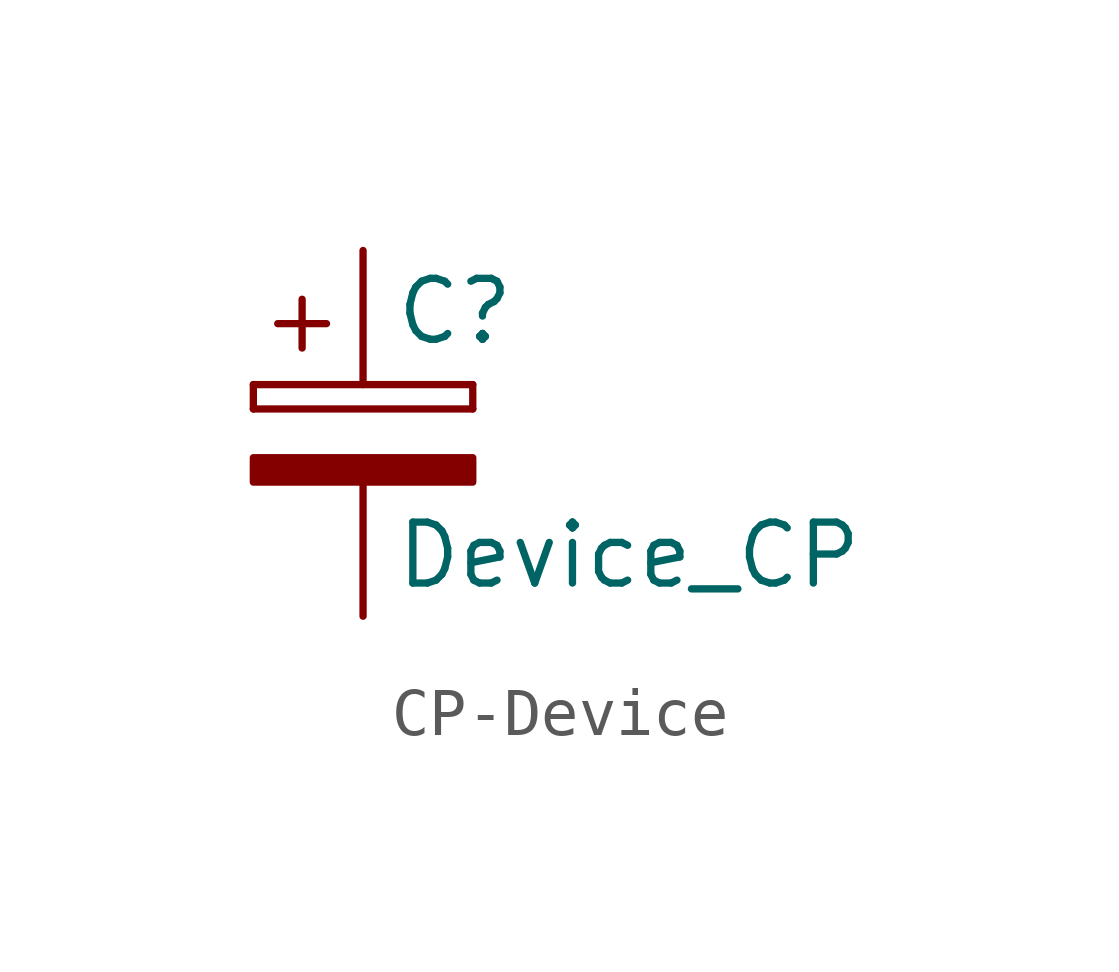
<source format=kicad_sym>
(kicad_symbol_lib
  (version 20220914)
  (generator kicad_symbol_editor)
  (symbol "CP-Device"
    (pin_numbers hide)
    (pin_names
      (offset 0.254))
    (property "Reference" "C"
      (at 0.635 2.54 0)
      (effects (font (size 1.27 1.27)) (justify left)))
    (property "Value" "Device_CP"
      (at 0.635 -2.54 0)
      (effects (font (size 1.27 1.27)) (justify left)))
    (symbol "CP-Device_0_1"
      (rectangle (start -2.286 0.508) (end -2.286 1.016) (stroke (width 0) (type solid)) (fill (type none)))
      (rectangle (start -2.286 0.508) (end 2.286 0.508) (stroke (width 0) (type solid)) (fill (type none)))
      (polyline (pts (xy -1.778 2.286) (xy -0.762 2.286)) (stroke (width 0) (type solid)) (fill (type none)))
      (polyline (pts (xy -1.27 2.794) (xy -1.27 1.778)) (stroke (width 0) (type solid)) (fill (type none)))
      (rectangle (start 2.286 -0.508) (end -2.286 -1.016) (stroke (width 0) (type solid)) (fill (type outline)))
      (rectangle (start 2.286 1.016) (end -2.286 1.016) (stroke (width 0) (type solid)) (fill (type none)))
      (rectangle (start 2.286 1.016) (end 2.286 0.508) (stroke (width 0) (type solid)) (fill (type none))))
    (symbol "CP-Device_1_1"
      (pin passive line (at 0 3.81 270) (length 2.794) (name "~" (effects (font (size 1.27 1.27)))) (number "1" (effects (font (size 1.27 1.27)))))
      (pin passive line (at 0 -3.81 90) (length 2.794) (name "~" (effects (font (size 1.27 1.27)))) (number "2" (effects (font (size 1.27 1.27))))))))
</source>
